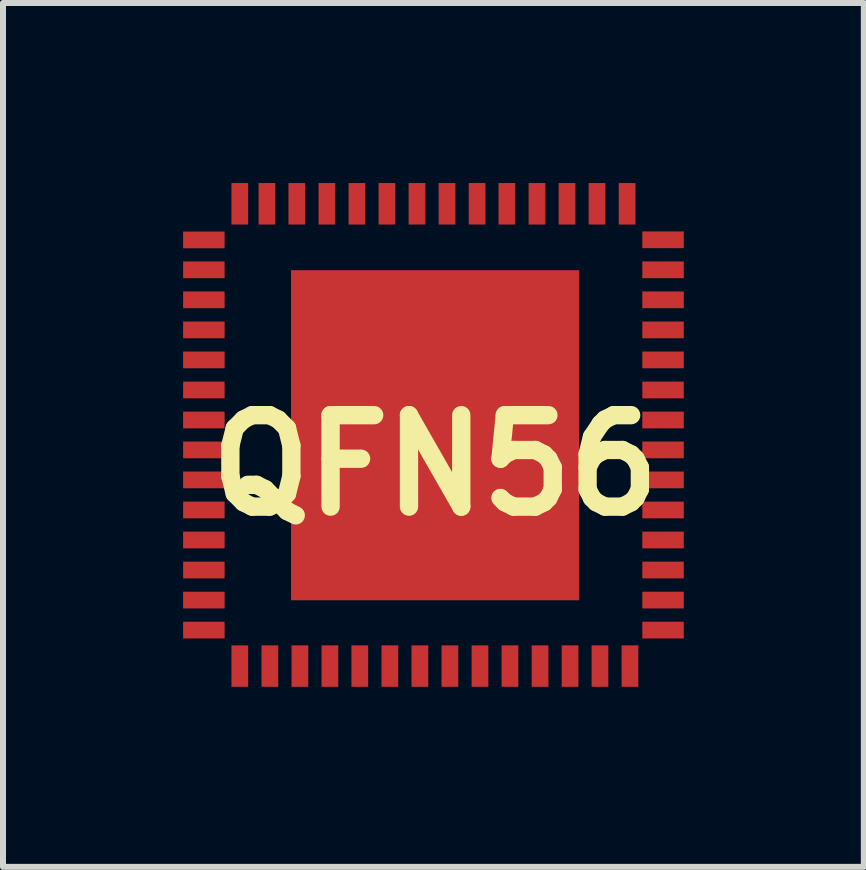
<source format=kicad_pcb>
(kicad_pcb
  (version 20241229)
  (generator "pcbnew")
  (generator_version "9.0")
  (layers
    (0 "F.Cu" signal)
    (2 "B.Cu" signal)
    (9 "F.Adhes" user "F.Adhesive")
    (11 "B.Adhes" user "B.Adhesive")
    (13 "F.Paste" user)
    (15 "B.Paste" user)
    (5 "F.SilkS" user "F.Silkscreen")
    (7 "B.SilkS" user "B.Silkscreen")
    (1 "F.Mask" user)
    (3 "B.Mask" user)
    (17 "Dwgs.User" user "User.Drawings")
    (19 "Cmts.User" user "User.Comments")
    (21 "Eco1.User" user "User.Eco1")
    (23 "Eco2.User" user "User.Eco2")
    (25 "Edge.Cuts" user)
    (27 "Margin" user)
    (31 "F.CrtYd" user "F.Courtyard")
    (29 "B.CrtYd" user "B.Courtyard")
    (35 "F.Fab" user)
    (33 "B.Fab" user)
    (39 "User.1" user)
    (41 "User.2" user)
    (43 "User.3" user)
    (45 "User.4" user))
  (footprint "QFN56"
    (layer "F.Cu")
    (at 4.199 4.201)
    (property "Reference" "QFN56" (at 0 0.5 0) (layer "F.SilkS") (effects (font (size 1.524 1.524) (thickness 0.305))))
    (attr through_hole)
    (pad "" smd rect (at 0 0) (size 4.801 5.499) (layers "F.Cu" "F.Mask" "F.Paste"))
    (pad "1" smd rect (at -3.853 -3.254) (size 0.691 0.279) (layers "F.Cu" "F.Mask" "F.Paste"))
    (pad "2" smd rect (at -3.853 -2.756) (size 0.691 0.279) (layers "F.Cu" "F.Mask" "F.Paste"))
    (pad "3" smd rect (at -3.853 -2.256) (size 0.691 0.279) (layers "F.Cu" "F.Mask" "F.Paste"))
    (pad "4" smd rect (at -3.853 -1.755) (size 0.691 0.279) (layers "F.Cu" "F.Mask" "F.Paste"))
    (pad "5" smd rect (at -3.853 -1.255) (size 0.691 0.279) (layers "F.Cu" "F.Mask" "F.Paste"))
    (pad "6" smd rect (at -3.853 -0.754) (size 0.691 0.279) (layers "F.Cu" "F.Mask" "F.Paste"))
    (pad "7" smd rect (at -3.853 -0.254) (size 0.691 0.279) (layers "F.Cu" "F.Mask" "F.Paste"))
    (pad "8" smd rect (at -3.853 0.244) (size 0.691 0.279) (layers "F.Cu" "F.Mask" "F.Paste"))
    (pad "9" smd rect (at -3.853 0.744) (size 0.691 0.279) (layers "F.Cu" "F.Mask" "F.Paste"))
    (pad "10" smd rect (at -3.853 1.245) (size 0.691 0.279) (layers "F.Cu" "F.Mask" "F.Paste"))
    (pad "11" smd rect (at -3.853 1.745) (size 0.691 0.279) (layers "F.Cu" "F.Mask" "F.Paste"))
    (pad "12" smd rect (at -3.853 2.245) (size 0.691 0.279) (layers "F.Cu" "F.Mask" "F.Paste"))
    (pad "13" smd rect (at -3.853 2.746) (size 0.691 0.279) (layers "F.Cu" "F.Mask" "F.Paste"))
    (pad "14" smd rect (at -3.853 3.246) (size 0.691 0.279) (layers "F.Cu" "F.Mask" "F.Paste"))
    (pad "15" smd rect (at -3.254 3.846) (size 0.279 0.691) (layers "F.Cu" "F.Mask" "F.Paste"))
    (pad "16" smd rect (at -2.753 3.846) (size 0.279 0.691) (layers "F.Cu" "F.Mask" "F.Paste"))
    (pad "17" smd rect (at -2.253 3.846) (size 0.279 0.691) (layers "F.Cu" "F.Mask" "F.Paste"))
    (pad "18" smd rect (at -1.753 3.846) (size 0.279 0.691) (layers "F.Cu" "F.Mask" "F.Paste"))
    (pad "19" smd rect (at -1.255 3.846) (size 0.279 0.691) (layers "F.Cu" "F.Mask" "F.Paste"))
    (pad "20" smd rect (at -0.754 3.846) (size 0.279 0.691) (layers "F.Cu" "F.Mask" "F.Paste"))
    (pad "21" smd rect (at -0.254 3.846) (size 0.279 0.691) (layers "F.Cu" "F.Mask" "F.Paste"))
    (pad "22" smd rect (at 0.246 3.846) (size 0.279 0.691) (layers "F.Cu" "F.Mask" "F.Paste"))
    (pad "23" smd rect (at 0.747 3.846) (size 0.279 0.691) (layers "F.Cu" "F.Mask" "F.Paste"))
    (pad "24" smd rect (at 1.247 3.846) (size 0.279 0.691) (layers "F.Cu" "F.Mask" "F.Paste"))
    (pad "25" smd rect (at 1.748 3.846) (size 0.279 0.691) (layers "F.Cu" "F.Mask" "F.Paste"))
    (pad "26" smd rect (at 2.248 3.846) (size 0.279 0.691) (layers "F.Cu" "F.Mask" "F.Paste"))
    (pad "27" smd rect (at 2.746 3.846) (size 0.279 0.691) (layers "F.Cu" "F.Mask" "F.Paste"))
    (pad "28" smd rect (at 3.246 3.846) (size 0.279 0.691) (layers "F.Cu" "F.Mask" "F.Paste"))
    (pad "29" smd rect (at 3.797 3.246) (size 0.691 0.279) (layers "F.Cu" "F.Mask" "F.Paste"))
    (pad "30" smd rect (at 3.797 2.746) (size 0.691 0.279) (layers "F.Cu" "F.Mask" "F.Paste"))
    (pad "31" smd rect (at 3.797 2.245) (size 0.691 0.279) (layers "F.Cu" "F.Mask" "F.Paste"))
    (pad "32" smd rect (at 3.797 1.745) (size 0.691 0.279) (layers "F.Cu" "F.Mask" "F.Paste"))
    (pad "33" smd rect (at 3.797 1.245) (size 0.691 0.279) (layers "F.Cu" "F.Mask" "F.Paste"))
    (pad "34" smd rect (at 3.797 0.744) (size 0.691 0.279) (layers "F.Cu" "F.Mask" "F.Paste"))
    (pad "35" smd rect (at 3.797 0.244) (size 0.691 0.279) (layers "F.Cu" "F.Mask" "F.Paste"))
    (pad "36" smd rect (at 3.797 -0.254) (size 0.691 0.279) (layers "F.Cu" "F.Mask" "F.Paste"))
    (pad "37" smd rect (at 3.797 -0.754) (size 0.691 0.279) (layers "F.Cu" "F.Mask" "F.Paste"))
    (pad "38" smd rect (at 3.797 -1.255) (size 0.691 0.279) (layers "F.Cu" "F.Mask" "F.Paste"))
    (pad "39" smd rect (at 3.797 -1.755) (size 0.691 0.279) (layers "F.Cu" "F.Mask" "F.Paste"))
    (pad "40" smd rect (at 3.797 -2.256) (size 0.691 0.279) (layers "F.Cu" "F.Mask" "F.Paste"))
    (pad "41" smd rect (at 3.797 -2.756) (size 0.691 0.279) (layers "F.Cu" "F.Mask" "F.Paste"))
    (pad "42" smd rect (at 3.797 -3.256) (size 0.691 0.279) (layers "F.Cu" "F.Mask" "F.Paste"))
    (pad "43" smd rect (at 3.198 -3.856) (size 0.279 0.691) (layers "F.Cu" "F.Mask" "F.Paste"))
    (pad "44" smd rect (at 2.697 -3.856) (size 0.279 0.691) (layers "F.Cu" "F.Mask" "F.Paste"))
    (pad "45" smd rect (at 2.197 -3.856) (size 0.279 0.691) (layers "F.Cu" "F.Mask" "F.Paste"))
    (pad "46" smd rect (at 1.697 -3.856) (size 0.279 0.691) (layers "F.Cu" "F.Mask" "F.Paste"))
    (pad "47" smd rect (at 1.196 -3.856) (size 0.279 0.691) (layers "F.Cu" "F.Mask" "F.Paste"))
    (pad "48" smd rect (at 0.699 -3.856) (size 0.279 0.691) (layers "F.Cu" "F.Mask" "F.Paste"))
    (pad "49" smd rect (at 0.198 -3.856) (size 0.279 0.691) (layers "F.Cu" "F.Mask" "F.Paste"))
    (pad "50" smd rect (at -0.302 -3.856) (size 0.279 0.691) (layers "F.Cu" "F.Mask" "F.Paste"))
    (pad "51" smd rect (at -0.803 -3.856) (size 0.279 0.691) (layers "F.Cu" "F.Mask" "F.Paste"))
    (pad "52" smd rect (at -1.303 -3.856) (size 0.279 0.691) (layers "F.Cu" "F.Mask" "F.Paste"))
    (pad "53" smd rect (at -1.803 -3.856) (size 0.279 0.691) (layers "F.Cu" "F.Mask" "F.Paste"))
    (pad "54" smd rect (at -2.304 -3.856) (size 0.279 0.691) (layers "F.Cu" "F.Mask" "F.Paste"))
    (pad "55" smd rect (at -2.802 -3.856) (size 0.279 0.691) (layers "F.Cu" "F.Mask" "F.Paste"))
    (pad "56" smd rect (at -3.254 -3.856) (size 0.279 0.691) (layers "F.Cu" "F.Mask" "F.Paste")))
  (gr_rect
    (start -3 -3)
    (end 11.341 11.392)
    (stroke (width 0.1) (type default))
    (fill no)
    (layer "Edge.Cuts")))
</source>
